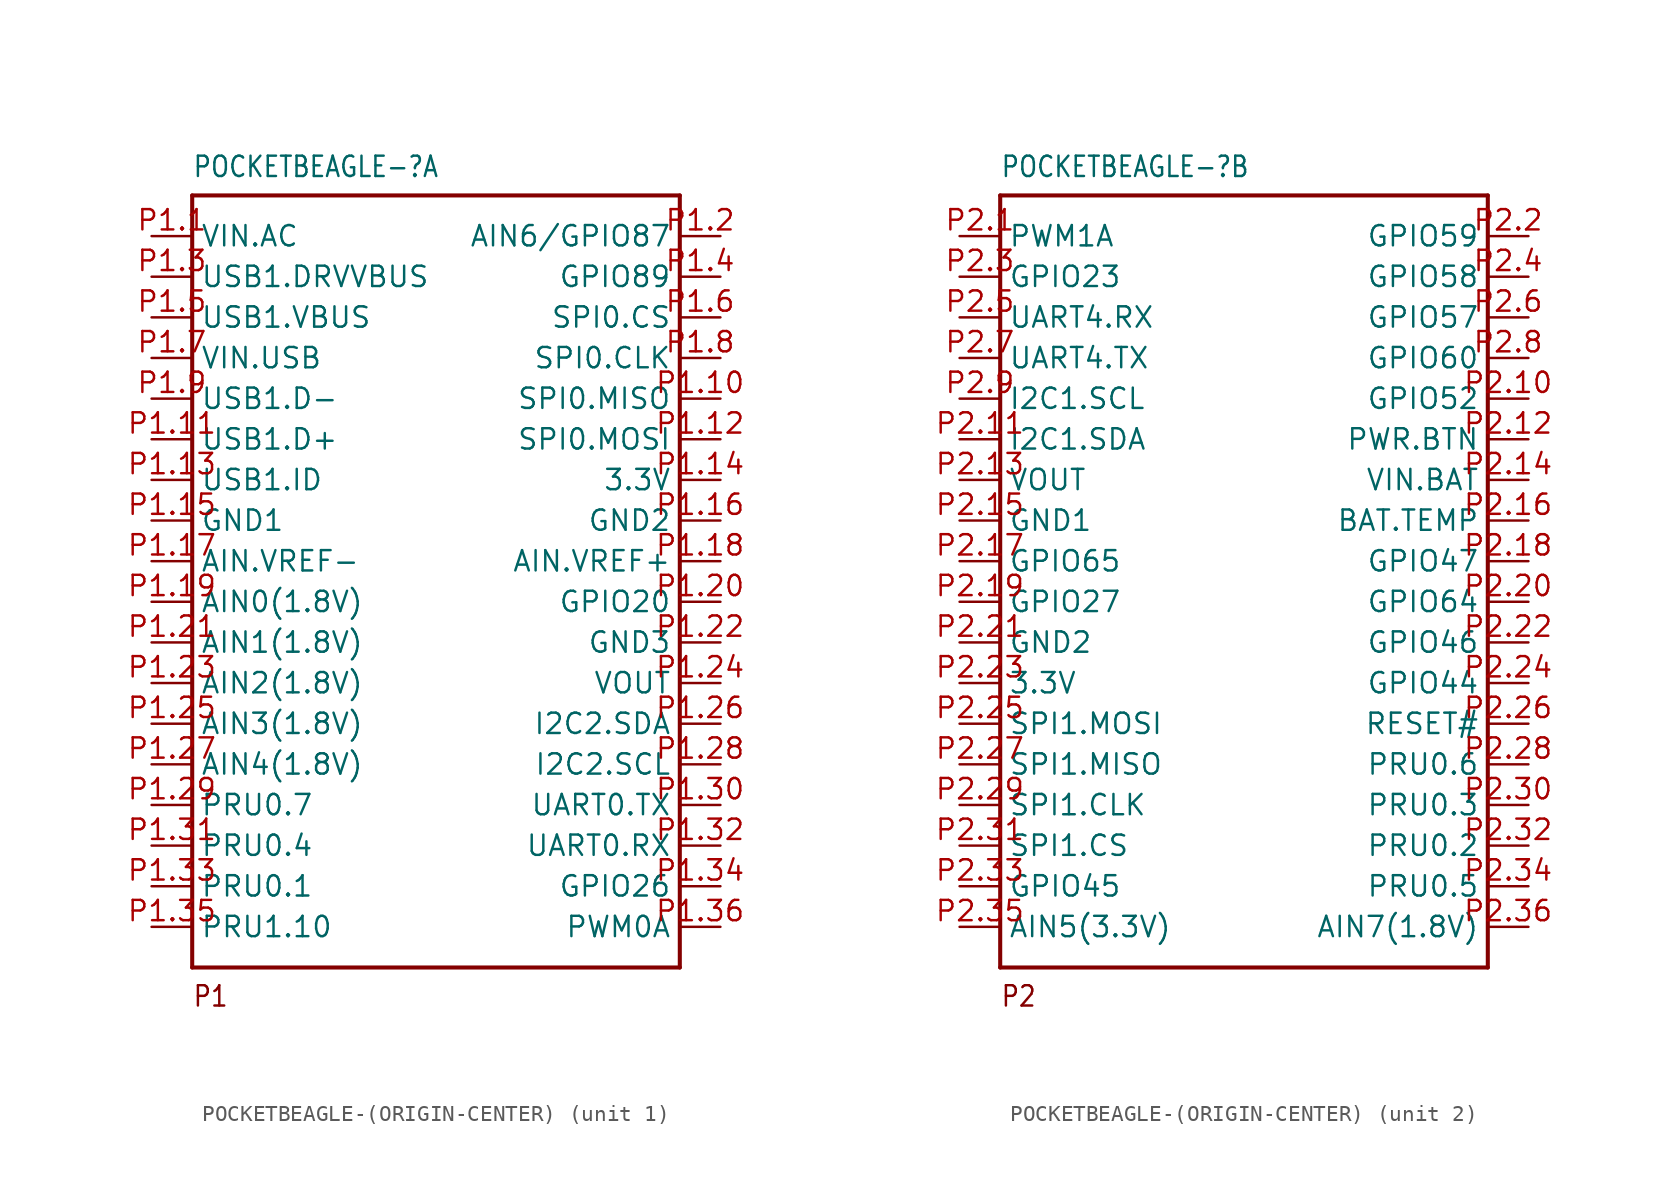
<source format=kicad_sym>
(kicad_symbol_lib
  (version 20231120)
  (generator "kicad_symbol_editor")
  (generator_version "8.0")
  (symbol "POCKETBEAGLE-(ORIGIN-CENTER)"
    (property "Reference" "POCKETBEAGLE-"
      (at -15.24 27.94 0)
      (effects (font (size 1.27 1.079)) (justify left top)))
    (property "ki_locked" ""
      (at 0 0 0)
      (effects (font (size 1.27 1.27))))
    (symbol "POCKETBEAGLE-(ORIGIN-CENTER)_1_0"
      (polyline (pts (xy -15.24 -22.86) (xy -15.24 25.4)) (stroke (width 0.254) (type solid)) (fill (type none)))
      (polyline (pts (xy -15.24 25.4) (xy 15.24 25.4)) (stroke (width 0.254) (type solid)) (fill (type none)))
      (polyline (pts (xy 15.24 -22.86) (xy -15.24 -22.86)) (stroke (width 0.254) (type solid)) (fill (type none)))
      (polyline (pts (xy 15.24 25.4) (xy 15.24 -22.86)) (stroke (width 0.254) (type solid)) (fill (type none)))
      (text "P1" (at -15.24 -25.4 0) (effects (font (size 1.27 1.079)) (justify left bottom)))
      (pin bidirectional line (at -17.78 22.86 0) (length 2.54) (name "VIN.AC" (effects (font (size 1.27 1.27)))) (number "P1.1" (effects (font (size 1.27 1.27)))))
      (pin bidirectional line (at 17.78 12.7 180) (length 2.54) (name "SPI0.MISO" (effects (font (size 1.27 1.27)))) (number "P1.10" (effects (font (size 1.27 1.27)))))
      (pin bidirectional line (at -17.78 10.16 0) (length 2.54) (name "USB1.D+" (effects (font (size 1.27 1.27)))) (number "P1.11" (effects (font (size 1.27 1.27)))))
      (pin bidirectional line (at 17.78 10.16 180) (length 2.54) (name "SPI0.MOSI" (effects (font (size 1.27 1.27)))) (number "P1.12" (effects (font (size 1.27 1.27)))))
      (pin bidirectional line (at -17.78 7.62 0) (length 2.54) (name "USB1.ID" (effects (font (size 1.27 1.27)))) (number "P1.13" (effects (font (size 1.27 1.27)))))
      (pin bidirectional line (at 17.78 7.62 180) (length 2.54) (name "3.3V" (effects (font (size 1.27 1.27)))) (number "P1.14" (effects (font (size 1.27 1.27)))))
      (pin bidirectional line (at -17.78 5.08 0) (length 2.54) (name "GND1" (effects (font (size 1.27 1.27)))) (number "P1.15" (effects (font (size 1.27 1.27)))))
      (pin bidirectional line (at 17.78 5.08 180) (length 2.54) (name "GND2" (effects (font (size 1.27 1.27)))) (number "P1.16" (effects (font (size 1.27 1.27)))))
      (pin bidirectional line (at -17.78 2.54 0) (length 2.54) (name "AIN.VREF-" (effects (font (size 1.27 1.27)))) (number "P1.17" (effects (font (size 1.27 1.27)))))
      (pin bidirectional line (at 17.78 2.54 180) (length 2.54) (name "AIN.VREF+" (effects (font (size 1.27 1.27)))) (number "P1.18" (effects (font (size 1.27 1.27)))))
      (pin bidirectional line (at -17.78 0 0) (length 2.54) (name "AIN0(1.8V)" (effects (font (size 1.27 1.27)))) (number "P1.19" (effects (font (size 1.27 1.27)))))
      (pin bidirectional line (at 17.78 22.86 180) (length 2.54) (name "AIN6/GPIO87" (effects (font (size 1.27 1.27)))) (number "P1.2" (effects (font (size 1.27 1.27)))))
      (pin bidirectional line (at 17.78 0 180) (length 2.54) (name "GPIO20" (effects (font (size 1.27 1.27)))) (number "P1.20" (effects (font (size 1.27 1.27)))))
      (pin bidirectional line (at -17.78 -2.54 0) (length 2.54) (name "AIN1(1.8V)" (effects (font (size 1.27 1.27)))) (number "P1.21" (effects (font (size 1.27 1.27)))))
      (pin bidirectional line (at 17.78 -2.54 180) (length 2.54) (name "GND3" (effects (font (size 1.27 1.27)))) (number "P1.22" (effects (font (size 1.27 1.27)))))
      (pin bidirectional line (at -17.78 -5.08 0) (length 2.54) (name "AIN2(1.8V)" (effects (font (size 1.27 1.27)))) (number "P1.23" (effects (font (size 1.27 1.27)))))
      (pin bidirectional line (at 17.78 -5.08 180) (length 2.54) (name "VOUT" (effects (font (size 1.27 1.27)))) (number "P1.24" (effects (font (size 1.27 1.27)))))
      (pin bidirectional line (at -17.78 -7.62 0) (length 2.54) (name "AIN3(1.8V)" (effects (font (size 1.27 1.27)))) (number "P1.25" (effects (font (size 1.27 1.27)))))
      (pin bidirectional line (at 17.78 -7.62 180) (length 2.54) (name "I2C2.SDA" (effects (font (size 1.27 1.27)))) (number "P1.26" (effects (font (size 1.27 1.27)))))
      (pin bidirectional line (at -17.78 -10.16 0) (length 2.54) (name "AIN4(1.8V)" (effects (font (size 1.27 1.27)))) (number "P1.27" (effects (font (size 1.27 1.27)))))
      (pin bidirectional line (at 17.78 -10.16 180) (length 2.54) (name "I2C2.SCL" (effects (font (size 1.27 1.27)))) (number "P1.28" (effects (font (size 1.27 1.27)))))
      (pin bidirectional line (at -17.78 -12.7 0) (length 2.54) (name "PRU0.7" (effects (font (size 1.27 1.27)))) (number "P1.29" (effects (font (size 1.27 1.27)))))
      (pin bidirectional line (at -17.78 20.32 0) (length 2.54) (name "USB1.DRVVBUS" (effects (font (size 1.27 1.27)))) (number "P1.3" (effects (font (size 1.27 1.27)))))
      (pin bidirectional line (at 17.78 -12.7 180) (length 2.54) (name "UART0.TX" (effects (font (size 1.27 1.27)))) (number "P1.30" (effects (font (size 1.27 1.27)))))
      (pin bidirectional line (at -17.78 -15.24 0) (length 2.54) (name "PRU0.4" (effects (font (size 1.27 1.27)))) (number "P1.31" (effects (font (size 1.27 1.27)))))
      (pin bidirectional line (at 17.78 -15.24 180) (length 2.54) (name "UART0.RX" (effects (font (size 1.27 1.27)))) (number "P1.32" (effects (font (size 1.27 1.27)))))
      (pin bidirectional line (at -17.78 -17.78 0) (length 2.54) (name "PRU0.1" (effects (font (size 1.27 1.27)))) (number "P1.33" (effects (font (size 1.27 1.27)))))
      (pin bidirectional line (at 17.78 -17.78 180) (length 2.54) (name "GPIO26" (effects (font (size 1.27 1.27)))) (number "P1.34" (effects (font (size 1.27 1.27)))))
      (pin bidirectional line (at -17.78 -20.32 0) (length 2.54) (name "PRU1.10" (effects (font (size 1.27 1.27)))) (number "P1.35" (effects (font (size 1.27 1.27)))))
      (pin bidirectional line (at 17.78 -20.32 180) (length 2.54) (name "PWM0A" (effects (font (size 1.27 1.27)))) (number "P1.36" (effects (font (size 1.27 1.27)))))
      (pin bidirectional line (at 17.78 20.32 180) (length 2.54) (name "GPIO89" (effects (font (size 1.27 1.27)))) (number "P1.4" (effects (font (size 1.27 1.27)))))
      (pin bidirectional line (at -17.78 17.78 0) (length 2.54) (name "USB1.VBUS" (effects (font (size 1.27 1.27)))) (number "P1.5" (effects (font (size 1.27 1.27)))))
      (pin bidirectional line (at 17.78 17.78 180) (length 2.54) (name "SPI0.CS" (effects (font (size 1.27 1.27)))) (number "P1.6" (effects (font (size 1.27 1.27)))))
      (pin bidirectional line (at -17.78 15.24 0) (length 2.54) (name "VIN.USB" (effects (font (size 1.27 1.27)))) (number "P1.7" (effects (font (size 1.27 1.27)))))
      (pin bidirectional line (at 17.78 15.24 180) (length 2.54) (name "SPI0.CLK" (effects (font (size 1.27 1.27)))) (number "P1.8" (effects (font (size 1.27 1.27)))))
      (pin bidirectional line (at -17.78 12.7 0) (length 2.54) (name "USB1.D-" (effects (font (size 1.27 1.27)))) (number "P1.9" (effects (font (size 1.27 1.27))))))
    (symbol "POCKETBEAGLE-(ORIGIN-CENTER)_2_0"
      (polyline (pts (xy -15.24 -22.86) (xy -15.24 25.4)) (stroke (width 0.254) (type solid)) (fill (type none)))
      (polyline (pts (xy -15.24 25.4) (xy 15.24 25.4)) (stroke (width 0.254) (type solid)) (fill (type none)))
      (polyline (pts (xy 15.24 -22.86) (xy -15.24 -22.86)) (stroke (width 0.254) (type solid)) (fill (type none)))
      (polyline (pts (xy 15.24 25.4) (xy 15.24 -22.86)) (stroke (width 0.254) (type solid)) (fill (type none)))
      (text "P2" (at -15.24 -25.4 0) (effects (font (size 1.27 1.079)) (justify left bottom)))
      (pin bidirectional line (at -17.78 22.86 0) (length 2.54) (name "PWM1A" (effects (font (size 1.27 1.27)))) (number "P2.1" (effects (font (size 1.27 1.27)))))
      (pin bidirectional line (at 17.78 12.7 180) (length 2.54) (name "GPIO52" (effects (font (size 1.27 1.27)))) (number "P2.10" (effects (font (size 1.27 1.27)))))
      (pin bidirectional line (at -17.78 10.16 0) (length 2.54) (name "I2C1.SDA" (effects (font (size 1.27 1.27)))) (number "P2.11" (effects (font (size 1.27 1.27)))))
      (pin bidirectional line (at 17.78 10.16 180) (length 2.54) (name "PWR.BTN" (effects (font (size 1.27 1.27)))) (number "P2.12" (effects (font (size 1.27 1.27)))))
      (pin bidirectional line (at -17.78 7.62 0) (length 2.54) (name "VOUT" (effects (font (size 1.27 1.27)))) (number "P2.13" (effects (font (size 1.27 1.27)))))
      (pin bidirectional line (at 17.78 7.62 180) (length 2.54) (name "VIN.BAT" (effects (font (size 1.27 1.27)))) (number "P2.14" (effects (font (size 1.27 1.27)))))
      (pin bidirectional line (at -17.78 5.08 0) (length 2.54) (name "GND1" (effects (font (size 1.27 1.27)))) (number "P2.15" (effects (font (size 1.27 1.27)))))
      (pin bidirectional line (at 17.78 5.08 180) (length 2.54) (name "BAT.TEMP" (effects (font (size 1.27 1.27)))) (number "P2.16" (effects (font (size 1.27 1.27)))))
      (pin bidirectional line (at -17.78 2.54 0) (length 2.54) (name "GPIO65" (effects (font (size 1.27 1.27)))) (number "P2.17" (effects (font (size 1.27 1.27)))))
      (pin bidirectional line (at 17.78 2.54 180) (length 2.54) (name "GPIO47" (effects (font (size 1.27 1.27)))) (number "P2.18" (effects (font (size 1.27 1.27)))))
      (pin bidirectional line (at -17.78 0 0) (length 2.54) (name "GPIO27" (effects (font (size 1.27 1.27)))) (number "P2.19" (effects (font (size 1.27 1.27)))))
      (pin bidirectional line (at 17.78 22.86 180) (length 2.54) (name "GPIO59" (effects (font (size 1.27 1.27)))) (number "P2.2" (effects (font (size 1.27 1.27)))))
      (pin bidirectional line (at 17.78 0 180) (length 2.54) (name "GPIO64" (effects (font (size 1.27 1.27)))) (number "P2.20" (effects (font (size 1.27 1.27)))))
      (pin bidirectional line (at -17.78 -2.54 0) (length 2.54) (name "GND2" (effects (font (size 1.27 1.27)))) (number "P2.21" (effects (font (size 1.27 1.27)))))
      (pin bidirectional line (at 17.78 -2.54 180) (length 2.54) (name "GPIO46" (effects (font (size 1.27 1.27)))) (number "P2.22" (effects (font (size 1.27 1.27)))))
      (pin bidirectional line (at -17.78 -5.08 0) (length 2.54) (name "3.3V" (effects (font (size 1.27 1.27)))) (number "P2.23" (effects (font (size 1.27 1.27)))))
      (pin bidirectional line (at 17.78 -5.08 180) (length 2.54) (name "GPIO44" (effects (font (size 1.27 1.27)))) (number "P2.24" (effects (font (size 1.27 1.27)))))
      (pin bidirectional line (at -17.78 -7.62 0) (length 2.54) (name "SPI1.MOSI" (effects (font (size 1.27 1.27)))) (number "P2.25" (effects (font (size 1.27 1.27)))))
      (pin bidirectional line (at 17.78 -7.62 180) (length 2.54) (name "RESET#" (effects (font (size 1.27 1.27)))) (number "P2.26" (effects (font (size 1.27 1.27)))))
      (pin bidirectional line (at -17.78 -10.16 0) (length 2.54) (name "SPI1.MISO" (effects (font (size 1.27 1.27)))) (number "P2.27" (effects (font (size 1.27 1.27)))))
      (pin bidirectional line (at 17.78 -10.16 180) (length 2.54) (name "PRU0.6" (effects (font (size 1.27 1.27)))) (number "P2.28" (effects (font (size 1.27 1.27)))))
      (pin bidirectional line (at -17.78 -12.7 0) (length 2.54) (name "SPI1.CLK" (effects (font (size 1.27 1.27)))) (number "P2.29" (effects (font (size 1.27 1.27)))))
      (pin bidirectional line (at -17.78 20.32 0) (length 2.54) (name "GPIO23" (effects (font (size 1.27 1.27)))) (number "P2.3" (effects (font (size 1.27 1.27)))))
      (pin bidirectional line (at 17.78 -12.7 180) (length 2.54) (name "PRU0.3" (effects (font (size 1.27 1.27)))) (number "P2.30" (effects (font (size 1.27 1.27)))))
      (pin bidirectional line (at -17.78 -15.24 0) (length 2.54) (name "SPI1.CS" (effects (font (size 1.27 1.27)))) (number "P2.31" (effects (font (size 1.27 1.27)))))
      (pin bidirectional line (at 17.78 -15.24 180) (length 2.54) (name "PRU0.2" (effects (font (size 1.27 1.27)))) (number "P2.32" (effects (font (size 1.27 1.27)))))
      (pin bidirectional line (at -17.78 -17.78 0) (length 2.54) (name "GPIO45" (effects (font (size 1.27 1.27)))) (number "P2.33" (effects (font (size 1.27 1.27)))))
      (pin bidirectional line (at 17.78 -17.78 180) (length 2.54) (name "PRU0.5" (effects (font (size 1.27 1.27)))) (number "P2.34" (effects (font (size 1.27 1.27)))))
      (pin bidirectional line (at -17.78 -20.32 0) (length 2.54) (name "AIN5(3.3V)" (effects (font (size 1.27 1.27)))) (number "P2.35" (effects (font (size 1.27 1.27)))))
      (pin bidirectional line (at 17.78 -20.32 180) (length 2.54) (name "AIN7(1.8V)" (effects (font (size 1.27 1.27)))) (number "P2.36" (effects (font (size 1.27 1.27)))))
      (pin bidirectional line (at 17.78 20.32 180) (length 2.54) (name "GPIO58" (effects (font (size 1.27 1.27)))) (number "P2.4" (effects (font (size 1.27 1.27)))))
      (pin bidirectional line (at -17.78 17.78 0) (length 2.54) (name "UART4.RX" (effects (font (size 1.27 1.27)))) (number "P2.5" (effects (font (size 1.27 1.27)))))
      (pin bidirectional line (at 17.78 17.78 180) (length 2.54) (name "GPIO57" (effects (font (size 1.27 1.27)))) (number "P2.6" (effects (font (size 1.27 1.27)))))
      (pin bidirectional line (at -17.78 15.24 0) (length 2.54) (name "UART4.TX" (effects (font (size 1.27 1.27)))) (number "P2.7" (effects (font (size 1.27 1.27)))))
      (pin bidirectional line (at 17.78 15.24 180) (length 2.54) (name "GPIO60" (effects (font (size 1.27 1.27)))) (number "P2.8" (effects (font (size 1.27 1.27)))))
      (pin bidirectional line (at -17.78 12.7 0) (length 2.54) (name "I2C1.SCL" (effects (font (size 1.27 1.27)))) (number "P2.9" (effects (font (size 1.27 1.27))))))))
</source>
